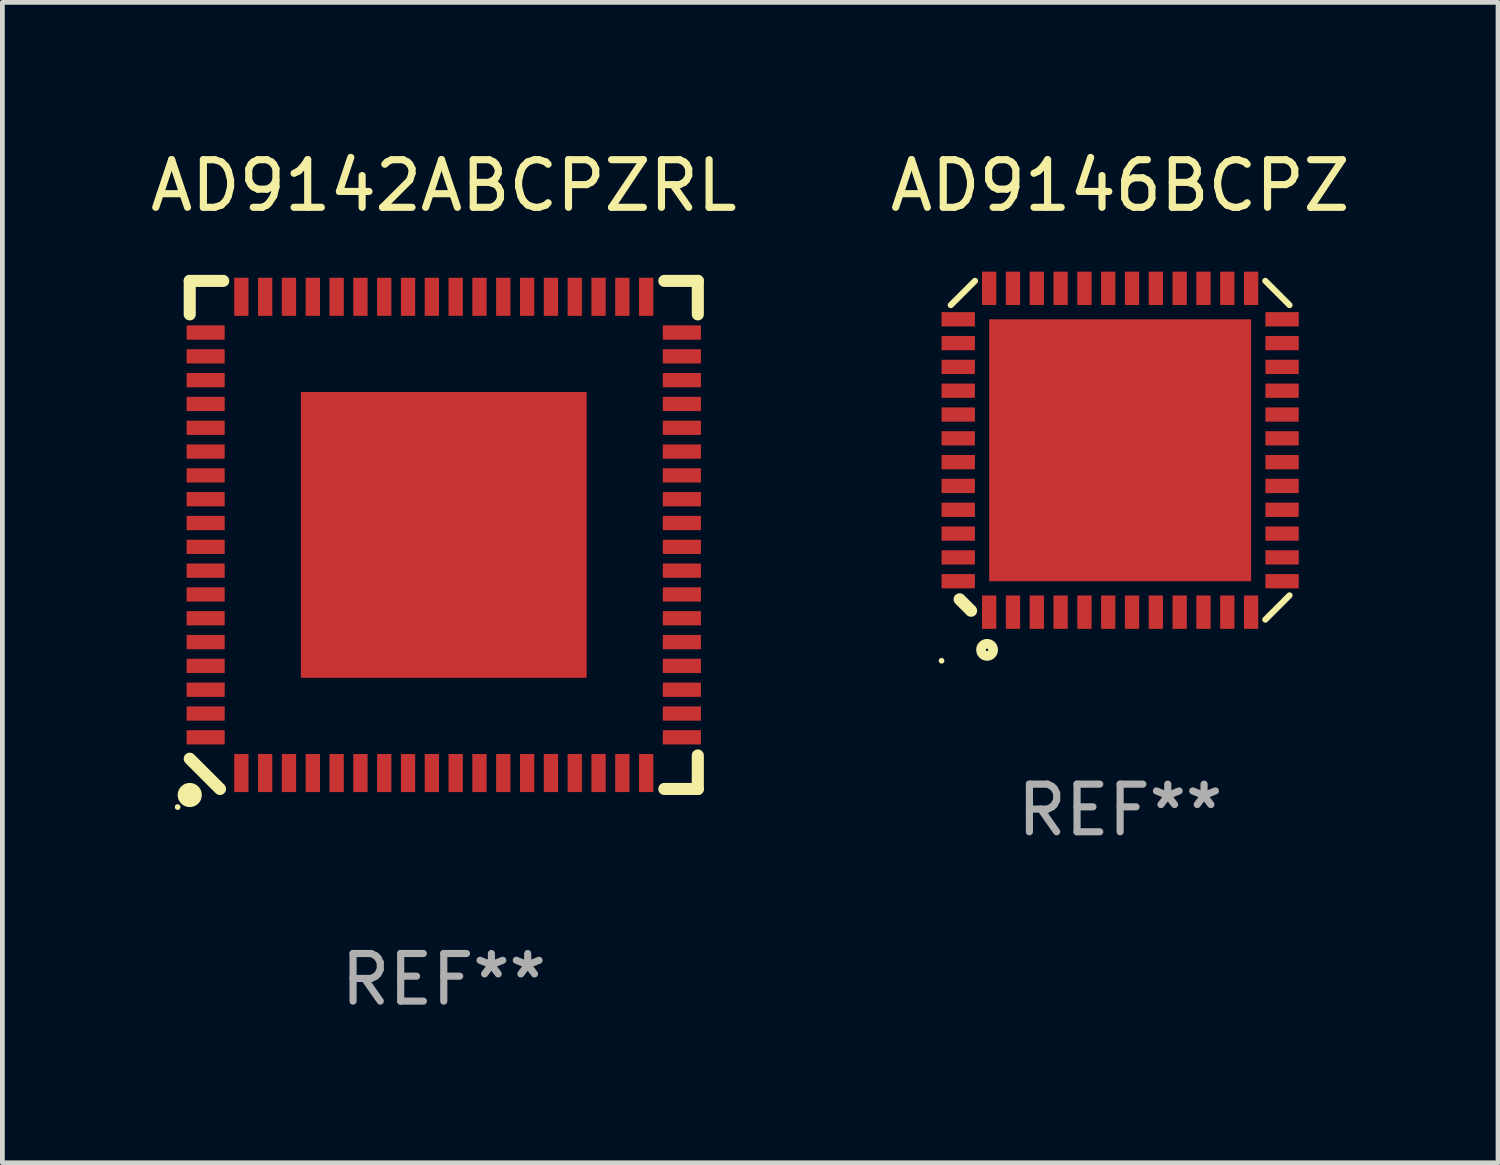
<source format=kicad_pcb>
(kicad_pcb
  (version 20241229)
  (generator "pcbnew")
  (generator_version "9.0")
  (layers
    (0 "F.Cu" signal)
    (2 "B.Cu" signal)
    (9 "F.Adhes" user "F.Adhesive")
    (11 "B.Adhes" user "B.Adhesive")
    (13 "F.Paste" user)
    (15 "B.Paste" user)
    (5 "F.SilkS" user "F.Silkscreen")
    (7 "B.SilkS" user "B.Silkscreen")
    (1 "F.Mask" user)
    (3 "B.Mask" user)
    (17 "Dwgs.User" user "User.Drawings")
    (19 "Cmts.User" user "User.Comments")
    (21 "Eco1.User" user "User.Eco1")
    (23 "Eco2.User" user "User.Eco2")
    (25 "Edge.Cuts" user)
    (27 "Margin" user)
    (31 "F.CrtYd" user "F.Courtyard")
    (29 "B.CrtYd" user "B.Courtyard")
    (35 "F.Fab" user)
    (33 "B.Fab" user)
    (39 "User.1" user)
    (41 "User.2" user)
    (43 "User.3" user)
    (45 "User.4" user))
  (footprint "AD9146BCPZ"
    (layer "F.Cu")
    (at 20.47 6.404)
    (property "Reference" "AD9146BCPZ" (at 0 -5.556 0) (layer "F.SilkS") (effects (font (size 1 1) (thickness 0.15))))
    (attr through_hole)
    (fp_line (start -3.37 3.13) (end -3.13 3.37) (stroke (width 0.254) (type solid)) (layer "F.SilkS"))
    (fp_line (start -3.048 -3.556) (end -3.556 -3.048) (stroke (width 0.129) (type solid)) (layer "F.SilkS"))
    (fp_line (start 3.048 3.556) (end 3.556 3.048) (stroke (width 0.129) (type solid)) (layer "F.SilkS"))
    (fp_line (start 3.556 -3.048) (end 3.048 -3.556) (stroke (width 0.129) (type solid)) (layer "F.SilkS"))
    (fp_circle (center -3.75 4.42) (end -3.72 4.42) (stroke (width 0.06) (type solid)) (fill no) (layer "F.SilkS"))
    (fp_circle (center -2.794 4.191) (end -2.667 4.191) (stroke (width 0.204) (type solid)) (fill no) (layer "F.SilkS"))
    (fp_text user "REF**" (at 0 7.556 0) (layer "F.Fab") (effects (font (size 1 1) (thickness 0.15))))
    (pad "1" smd rect (at -2.75 3.4) (size 0.3 0.7) (layers "F.Cu" "F.Mask" "F.Paste"))
    (pad "2" smd rect (at -2.25 3.4) (size 0.3 0.7) (layers "F.Cu" "F.Mask" "F.Paste"))
    (pad "3" smd rect (at -1.75 3.4) (size 0.3 0.7) (layers "F.Cu" "F.Mask" "F.Paste"))
    (pad "4" smd rect (at -1.25 3.4) (size 0.3 0.7) (layers "F.Cu" "F.Mask" "F.Paste"))
    (pad "5" smd rect (at -0.75 3.4) (size 0.3 0.7) (layers "F.Cu" "F.Mask" "F.Paste"))
    (pad "6" smd rect (at -0.25 3.4) (size 0.3 0.7) (layers "F.Cu" "F.Mask" "F.Paste"))
    (pad "7" smd rect (at 0.25 3.4) (size 0.3 0.7) (layers "F.Cu" "F.Mask" "F.Paste"))
    (pad "8" smd rect (at 0.75 3.4) (size 0.3 0.7) (layers "F.Cu" "F.Mask" "F.Paste"))
    (pad "9" smd rect (at 1.25 3.4) (size 0.3 0.7) (layers "F.Cu" "F.Mask" "F.Paste"))
    (pad "10" smd rect (at 1.75 3.4) (size 0.3 0.7) (layers "F.Cu" "F.Mask" "F.Paste"))
    (pad "11" smd rect (at 2.25 3.4) (size 0.3 0.7) (layers "F.Cu" "F.Mask" "F.Paste"))
    (pad "12" smd rect (at 2.75 3.4) (size 0.3 0.7) (layers "F.Cu" "F.Mask" "F.Paste"))
    (pad "13" smd rect (at 3.4 2.75) (size 0.7 0.3) (layers "F.Cu" "F.Mask" "F.Paste"))
    (pad "14" smd rect (at 3.4 2.25) (size 0.7 0.3) (layers "F.Cu" "F.Mask" "F.Paste"))
    (pad "15" smd rect (at 3.4 1.75) (size 0.7 0.3) (layers "F.Cu" "F.Mask" "F.Paste"))
    (pad "16" smd rect (at 3.4 1.25) (size 0.7 0.3) (layers "F.Cu" "F.Mask" "F.Paste"))
    (pad "17" smd rect (at 3.4 0.75) (size 0.7 0.3) (layers "F.Cu" "F.Mask" "F.Paste"))
    (pad "18" smd rect (at 3.4 0.25) (size 0.7 0.3) (layers "F.Cu" "F.Mask" "F.Paste"))
    (pad "19" smd rect (at 3.4 -0.25) (size 0.7 0.3) (layers "F.Cu" "F.Mask" "F.Paste"))
    (pad "20" smd rect (at 3.4 -0.75) (size 0.7 0.3) (layers "F.Cu" "F.Mask" "F.Paste"))
    (pad "21" smd rect (at 3.4 -1.25) (size 0.7 0.3) (layers "F.Cu" "F.Mask" "F.Paste"))
    (pad "22" smd rect (at 3.4 -1.75) (size 0.7 0.3) (layers "F.Cu" "F.Mask" "F.Paste"))
    (pad "23" smd rect (at 3.4 -2.25) (size 0.7 0.3) (layers "F.Cu" "F.Mask" "F.Paste"))
    (pad "24" smd rect (at 3.4 -2.75) (size 0.7 0.3) (layers "F.Cu" "F.Mask" "F.Paste"))
    (pad "25" smd rect (at 2.75 -3.4) (size 0.3 0.7) (layers "F.Cu" "F.Mask" "F.Paste"))
    (pad "26" smd rect (at 2.25 -3.4) (size 0.3 0.7) (layers "F.Cu" "F.Mask" "F.Paste"))
    (pad "27" smd rect (at 1.75 -3.4) (size 0.3 0.7) (layers "F.Cu" "F.Mask" "F.Paste"))
    (pad "28" smd rect (at 1.25 -3.4) (size 0.3 0.7) (layers "F.Cu" "F.Mask" "F.Paste"))
    (pad "29" smd rect (at 0.75 -3.4) (size 0.3 0.7) (layers "F.Cu" "F.Mask" "F.Paste"))
    (pad "30" smd rect (at 0.25 -3.4) (size 0.3 0.7) (layers "F.Cu" "F.Mask" "F.Paste"))
    (pad "31" smd rect (at -0.25 -3.4) (size 0.3 0.7) (layers "F.Cu" "F.Mask" "F.Paste"))
    (pad "32" smd rect (at -0.75 -3.4) (size 0.3 0.7) (layers "F.Cu" "F.Mask" "F.Paste"))
    (pad "33" smd rect (at -1.25 -3.4) (size 0.3 0.7) (layers "F.Cu" "F.Mask" "F.Paste"))
    (pad "34" smd rect (at -1.75 -3.4) (size 0.3 0.7) (layers "F.Cu" "F.Mask" "F.Paste"))
    (pad "35" smd rect (at -2.25 -3.4) (size 0.3 0.7) (layers "F.Cu" "F.Mask" "F.Paste"))
    (pad "36" smd rect (at -2.75 -3.4) (size 0.3 0.7) (layers "F.Cu" "F.Mask" "F.Paste"))
    (pad "37" smd rect (at -3.4 -2.75) (size 0.7 0.3) (layers "F.Cu" "F.Mask" "F.Paste"))
    (pad "38" smd rect (at -3.4 -2.25) (size 0.7 0.3) (layers "F.Cu" "F.Mask" "F.Paste"))
    (pad "39" smd rect (at -3.4 -1.75) (size 0.7 0.3) (layers "F.Cu" "F.Mask" "F.Paste"))
    (pad "40" smd rect (at -3.4 -1.25) (size 0.7 0.3) (layers "F.Cu" "F.Mask" "F.Paste"))
    (pad "41" smd rect (at -3.4 -0.75) (size 0.7 0.3) (layers "F.Cu" "F.Mask" "F.Paste"))
    (pad "42" smd rect (at -3.4 -0.25) (size 0.7 0.3) (layers "F.Cu" "F.Mask" "F.Paste"))
    (pad "43" smd rect (at -3.4 0.25) (size 0.7 0.3) (layers "F.Cu" "F.Mask" "F.Paste"))
    (pad "44" smd rect (at -3.4 0.75) (size 0.7 0.3) (layers "F.Cu" "F.Mask" "F.Paste"))
    (pad "45" smd rect (at -3.4 1.25) (size 0.7 0.3) (layers "F.Cu" "F.Mask" "F.Paste"))
    (pad "46" smd rect (at -3.4 1.75) (size 0.7 0.3) (layers "F.Cu" "F.Mask" "F.Paste"))
    (pad "47" smd rect (at -3.4 2.25) (size 0.7 0.3) (layers "F.Cu" "F.Mask" "F.Paste"))
    (pad "48" smd rect (at -3.4 2.75) (size 0.7 0.3) (layers "F.Cu" "F.Mask" "F.Paste"))
    (pad "49" smd rect (at 0 0) (size 5.5 5.5) (layers "F.Cu" "F.Mask" "F.Paste")))
  (footprint "AD9142ABCPZRL"
    (layer "F.Cu")
    (at 6.268 8.182)
    (property "Reference" "AD9142ABCPZRL" (at 0 -7.334 0) (layer "F.SilkS") (effects (font (size 1 1) (thickness 0.15))))
    (attr through_hole)
    (fp_line (start -5.334 -5.334) (end -4.631 -5.334) (stroke (width 0.254) (type solid)) (layer "F.SilkS"))
    (fp_line (start -5.334 -4.631) (end -5.334 -5.334) (stroke (width 0.254) (type solid)) (layer "F.SilkS"))
    (fp_line (start -5.334 4.699) (end -4.699 5.334) (stroke (width 0.254) (type solid)) (layer "F.SilkS"))
    (fp_line (start 4.631 5.334) (end 5.207 5.334) (stroke (width 0.254) (type solid)) (layer "F.SilkS"))
    (fp_line (start 5.207 5.334) (end 5.334 5.334) (stroke (width 0.254) (type solid)) (layer "F.SilkS"))
    (fp_line (start 5.334 -5.334) (end 4.631 -5.334) (stroke (width 0.254) (type solid)) (layer "F.SilkS"))
    (fp_line (start 5.334 -4.631) (end 5.334 -5.334) (stroke (width 0.254) (type solid)) (layer "F.SilkS"))
    (fp_line (start 5.334 5.334) (end 5.334 4.631) (stroke (width 0.254) (type solid)) (layer "F.SilkS"))
    (fp_circle (center -5.588 5.715) (end -5.558 5.715) (stroke (width 0.06) (type solid)) (fill no) (layer "F.SilkS"))
    (fp_circle (center -5.334 5.461) (end -5.207 5.461) (stroke (width 0.254) (type solid)) (fill no) (layer "F.SilkS"))
    (fp_text user "REF**" (at 0 9.334 0) (layer "F.Fab") (effects (font (size 1 1) (thickness 0.15))))
    (pad "1" smd rect (at -4.25 5 90) (size 0.8 0.3) (layers "F.Cu" "F.Mask" "F.Paste"))
    (pad "2" smd rect (at -3.75 5 90) (size 0.8 0.3) (layers "F.Cu" "F.Mask" "F.Paste"))
    (pad "3" smd rect (at -3.25 5 90) (size 0.8 0.3) (layers "F.Cu" "F.Mask" "F.Paste"))
    (pad "4" smd rect (at -2.75 5 90) (size 0.8 0.3) (layers "F.Cu" "F.Mask" "F.Paste"))
    (pad "5" smd rect (at -2.25 5 90) (size 0.8 0.3) (layers "F.Cu" "F.Mask" "F.Paste"))
    (pad "6" smd rect (at -1.75 5 90) (size 0.8 0.3) (layers "F.Cu" "F.Mask" "F.Paste"))
    (pad "7" smd rect (at -1.25 5 90) (size 0.8 0.3) (layers "F.Cu" "F.Mask" "F.Paste"))
    (pad "8" smd rect (at -0.75 5 90) (size 0.8 0.3) (layers "F.Cu" "F.Mask" "F.Paste"))
    (pad "9" smd rect (at -0.25 5 90) (size 0.8 0.3) (layers "F.Cu" "F.Mask" "F.Paste"))
    (pad "10" smd rect (at 0.25 5 90) (size 0.8 0.3) (layers "F.Cu" "F.Mask" "F.Paste"))
    (pad "11" smd rect (at 0.75 5 90) (size 0.8 0.3) (layers "F.Cu" "F.Mask" "F.Paste"))
    (pad "12" smd rect (at 1.25 5 90) (size 0.8 0.3) (layers "F.Cu" "F.Mask" "F.Paste"))
    (pad "13" smd rect (at 1.75 5 90) (size 0.8 0.3) (layers "F.Cu" "F.Mask" "F.Paste"))
    (pad "14" smd rect (at 2.25 5 90) (size 0.8 0.3) (layers "F.Cu" "F.Mask" "F.Paste"))
    (pad "15" smd rect (at 2.75 5 90) (size 0.8 0.3) (layers "F.Cu" "F.Mask" "F.Paste"))
    (pad "16" smd rect (at 3.25 5 90) (size 0.8 0.3) (layers "F.Cu" "F.Mask" "F.Paste"))
    (pad "17" smd rect (at 3.75 5 90) (size 0.8 0.3) (layers "F.Cu" "F.Mask" "F.Paste"))
    (pad "18" smd rect (at 4.25 5 90) (size 0.8 0.3) (layers "F.Cu" "F.Mask" "F.Paste"))
    (pad "19" smd rect (at 5 4.25 180) (size 0.8 0.3) (layers "F.Cu" "F.Mask" "F.Paste"))
    (pad "20" smd rect (at 5 3.75 180) (size 0.8 0.3) (layers "F.Cu" "F.Mask" "F.Paste"))
    (pad "21" smd rect (at 5 3.25 180) (size 0.8 0.3) (layers "F.Cu" "F.Mask" "F.Paste"))
    (pad "22" smd rect (at 5 2.75 180) (size 0.8 0.3) (layers "F.Cu" "F.Mask" "F.Paste"))
    (pad "23" smd rect (at 5 2.25 180) (size 0.8 0.3) (layers "F.Cu" "F.Mask" "F.Paste"))
    (pad "24" smd rect (at 5 1.75 180) (size 0.8 0.3) (layers "F.Cu" "F.Mask" "F.Paste"))
    (pad "25" smd rect (at 5 1.25 180) (size 0.8 0.3) (layers "F.Cu" "F.Mask" "F.Paste"))
    (pad "26" smd rect (at 5 0.75 180) (size 0.8 0.3) (layers "F.Cu" "F.Mask" "F.Paste"))
    (pad "27" smd rect (at 5 0.25 180) (size 0.8 0.3) (layers "F.Cu" "F.Mask" "F.Paste"))
    (pad "28" smd rect (at 5 -0.25 180) (size 0.8 0.3) (layers "F.Cu" "F.Mask" "F.Paste"))
    (pad "29" smd rect (at 5 -0.75 180) (size 0.8 0.3) (layers "F.Cu" "F.Mask" "F.Paste"))
    (pad "30" smd rect (at 5 -1.25 180) (size 0.8 0.3) (layers "F.Cu" "F.Mask" "F.Paste"))
    (pad "31" smd rect (at 5 -1.75 180) (size 0.8 0.3) (layers "F.Cu" "F.Mask" "F.Paste"))
    (pad "32" smd rect (at 5 -2.25 180) (size 0.8 0.3) (layers "F.Cu" "F.Mask" "F.Paste"))
    (pad "33" smd rect (at 5 -2.75 180) (size 0.8 0.3) (layers "F.Cu" "F.Mask" "F.Paste"))
    (pad "34" smd rect (at 5 -3.25 180) (size 0.8 0.3) (layers "F.Cu" "F.Mask" "F.Paste"))
    (pad "35" smd rect (at 5 -3.75 180) (size 0.8 0.3) (layers "F.Cu" "F.Mask" "F.Paste"))
    (pad "36" smd rect (at 5 -4.25 180) (size 0.8 0.3) (layers "F.Cu" "F.Mask" "F.Paste"))
    (pad "37" smd rect (at 4.25 -5 270) (size 0.8 0.3) (layers "F.Cu" "F.Mask" "F.Paste"))
    (pad "38" smd rect (at 3.75 -5 270) (size 0.8 0.3) (layers "F.Cu" "F.Mask" "F.Paste"))
    (pad "39" smd rect (at 3.25 -5 270) (size 0.8 0.3) (layers "F.Cu" "F.Mask" "F.Paste"))
    (pad "40" smd rect (at 2.75 -5 270) (size 0.8 0.3) (layers "F.Cu" "F.Mask" "F.Paste"))
    (pad "41" smd rect (at 2.25 -5 270) (size 0.8 0.3) (layers "F.Cu" "F.Mask" "F.Paste"))
    (pad "42" smd rect (at 1.75 -5 270) (size 0.8 0.3) (layers "F.Cu" "F.Mask" "F.Paste"))
    (pad "43" smd rect (at 1.25 -5 270) (size 0.8 0.3) (layers "F.Cu" "F.Mask" "F.Paste"))
    (pad "44" smd rect (at 0.75 -5 270) (size 0.8 0.3) (layers "F.Cu" "F.Mask" "F.Paste"))
    (pad "45" smd rect (at 0.25 -5 270) (size 0.8 0.3) (layers "F.Cu" "F.Mask" "F.Paste"))
    (pad "46" smd rect (at -0.25 -5 270) (size 0.8 0.3) (layers "F.Cu" "F.Mask" "F.Paste"))
    (pad "47" smd rect (at -0.75 -5 270) (size 0.8 0.3) (layers "F.Cu" "F.Mask" "F.Paste"))
    (pad "48" smd rect (at -1.25 -5 270) (size 0.8 0.3) (layers "F.Cu" "F.Mask" "F.Paste"))
    (pad "49" smd rect (at -1.75 -5 270) (size 0.8 0.3) (layers "F.Cu" "F.Mask" "F.Paste"))
    (pad "50" smd rect (at -2.25 -5 270) (size 0.8 0.3) (layers "F.Cu" "F.Mask" "F.Paste"))
    (pad "51" smd rect (at -2.75 -5 270) (size 0.8 0.3) (layers "F.Cu" "F.Mask" "F.Paste"))
    (pad "52" smd rect (at -3.25 -5 270) (size 0.8 0.3) (layers "F.Cu" "F.Mask" "F.Paste"))
    (pad "53" smd rect (at -3.75 -5 270) (size 0.8 0.3) (layers "F.Cu" "F.Mask" "F.Paste"))
    (pad "54" smd rect (at -4.25 -5 270) (size 0.8 0.3) (layers "F.Cu" "F.Mask" "F.Paste"))
    (pad "55" smd rect (at -5 -4.25) (size 0.8 0.3) (layers "F.Cu" "F.Mask" "F.Paste"))
    (pad "56" smd rect (at -5 -3.75) (size 0.8 0.3) (layers "F.Cu" "F.Mask" "F.Paste"))
    (pad "57" smd rect (at -5 -3.25) (size 0.8 0.3) (layers "F.Cu" "F.Mask" "F.Paste"))
    (pad "58" smd rect (at -5 -2.75) (size 0.8 0.3) (layers "F.Cu" "F.Mask" "F.Paste"))
    (pad "59" smd rect (at -5 -2.25) (size 0.8 0.3) (layers "F.Cu" "F.Mask" "F.Paste"))
    (pad "60" smd rect (at -5 -1.75) (size 0.8 0.3) (layers "F.Cu" "F.Mask" "F.Paste"))
    (pad "61" smd rect (at -5 -1.25) (size 0.8 0.3) (layers "F.Cu" "F.Mask" "F.Paste"))
    (pad "62" smd rect (at -5 -0.75) (size 0.8 0.3) (layers "F.Cu" "F.Mask" "F.Paste"))
    (pad "63" smd rect (at -5 -0.25) (size 0.8 0.3) (layers "F.Cu" "F.Mask" "F.Paste"))
    (pad "64" smd rect (at -5 0.25) (size 0.8 0.3) (layers "F.Cu" "F.Mask" "F.Paste"))
    (pad "65" smd rect (at -5 0.75) (size 0.8 0.3) (layers "F.Cu" "F.Mask" "F.Paste"))
    (pad "66" smd rect (at -5 1.25) (size 0.8 0.3) (layers "F.Cu" "F.Mask" "F.Paste"))
    (pad "67" smd rect (at -5 1.75) (size 0.8 0.3) (layers "F.Cu" "F.Mask" "F.Paste"))
    (pad "68" smd rect (at -5 2.25) (size 0.8 0.3) (layers "F.Cu" "F.Mask" "F.Paste"))
    (pad "69" smd rect (at -5 2.75) (size 0.8 0.3) (layers "F.Cu" "F.Mask" "F.Paste"))
    (pad "70" smd rect (at -5 3.25) (size 0.8 0.3) (layers "F.Cu" "F.Mask" "F.Paste"))
    (pad "71" smd rect (at -5 3.75) (size 0.8 0.3) (layers "F.Cu" "F.Mask" "F.Paste"))
    (pad "72" smd rect (at -5 4.25) (size 0.8 0.3) (layers "F.Cu" "F.Mask" "F.Paste"))
    (pad "73" smd rect (at -0.000127 0 180) (size 6 6) (layers "F.Cu" "F.Mask" "F.Paste")))
  (gr_rect
    (start -3 -3)
    (end 28.405 21.365)
    (stroke (width 0.1) (type default))
    (fill no)
    (layer "Edge.Cuts")))
</source>
